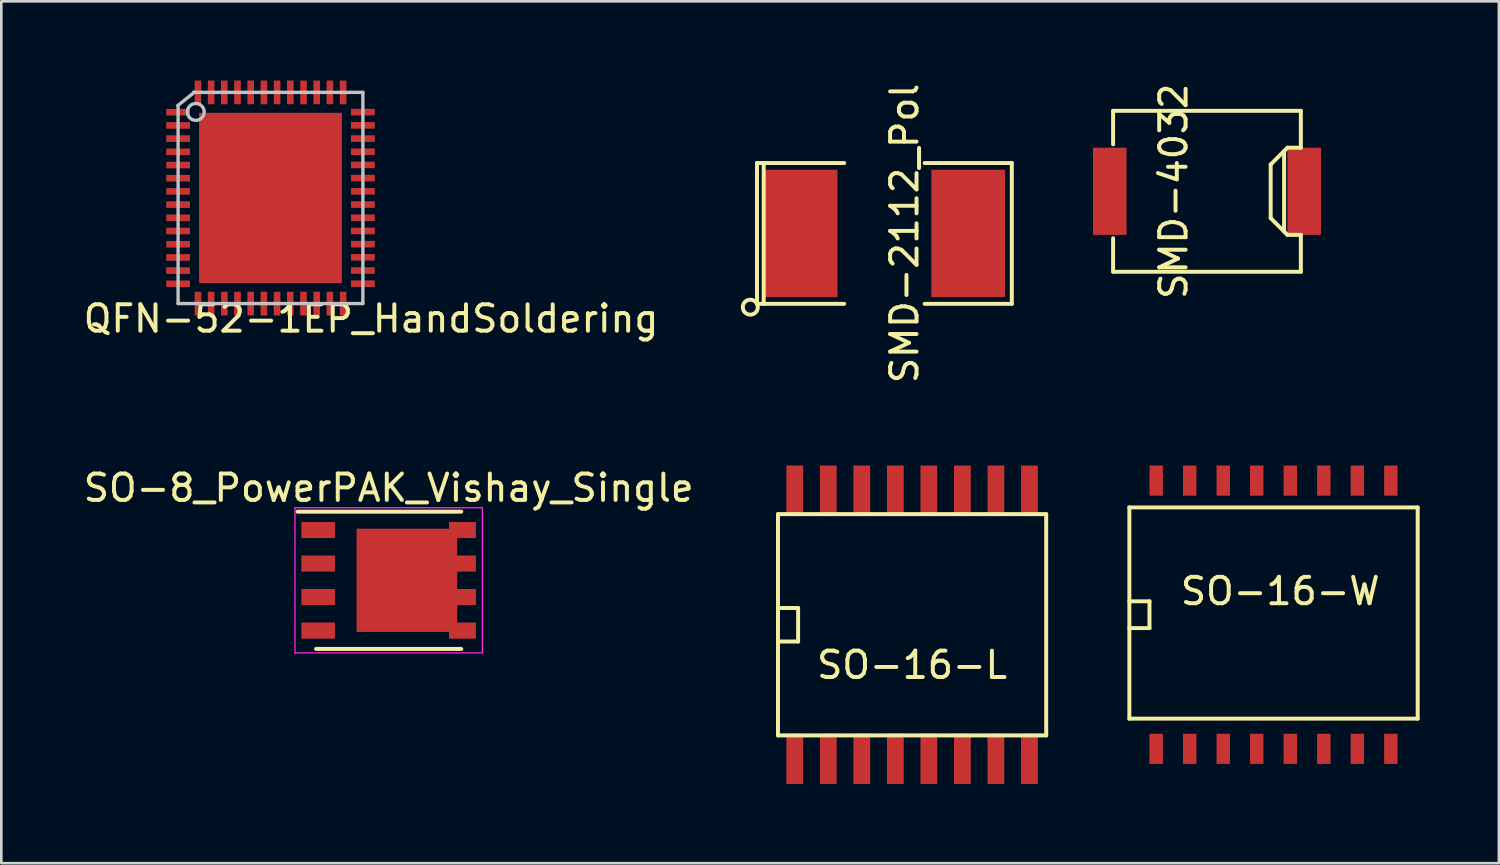
<source format=kicad_pcb>
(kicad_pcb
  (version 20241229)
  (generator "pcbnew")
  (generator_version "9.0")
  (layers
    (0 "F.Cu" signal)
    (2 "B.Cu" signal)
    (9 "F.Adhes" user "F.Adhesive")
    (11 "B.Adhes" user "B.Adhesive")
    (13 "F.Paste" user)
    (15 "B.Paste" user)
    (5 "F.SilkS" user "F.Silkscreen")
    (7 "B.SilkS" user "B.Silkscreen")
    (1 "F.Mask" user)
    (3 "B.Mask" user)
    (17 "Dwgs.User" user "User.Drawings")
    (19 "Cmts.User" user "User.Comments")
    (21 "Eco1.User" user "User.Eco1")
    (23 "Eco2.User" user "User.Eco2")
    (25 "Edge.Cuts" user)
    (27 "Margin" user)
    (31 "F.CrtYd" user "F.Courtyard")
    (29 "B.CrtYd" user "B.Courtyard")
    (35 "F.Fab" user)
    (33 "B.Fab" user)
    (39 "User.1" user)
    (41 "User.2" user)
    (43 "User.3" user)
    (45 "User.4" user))
  (footprint "SO-16-L"
    (layer "F.Cu")
    (at 31.5 20.616)
    (property "Reference" "SO-16-L" (at 0 1.524 0) (layer "F.SilkS") (effects (font (size 1 1) (thickness 0.15))))
    (attr smd)
    (fp_line (start -5.08 -4.191) (end 5.08 -4.191) (stroke (width 0.15) (type solid)) (layer "F.SilkS"))
    (fp_line (start -5.08 -0.635) (end -4.318 -0.635) (stroke (width 0.15) (type solid)) (layer "F.SilkS"))
    (fp_line (start -5.08 4.191) (end -5.08 -4.191) (stroke (width 0.15) (type solid)) (layer "F.SilkS"))
    (fp_line (start -4.318 -0.635) (end -4.318 0.635) (stroke (width 0.15) (type solid)) (layer "F.SilkS"))
    (fp_line (start -4.318 0.635) (end -5.08 0.635) (stroke (width 0.15) (type solid)) (layer "F.SilkS"))
    (fp_line (start 5.08 -4.191) (end 5.08 4.191) (stroke (width 0.15) (type solid)) (layer "F.SilkS"))
    (fp_line (start 5.08 4.191) (end -5.08 4.191) (stroke (width 0.15) (type solid)) (layer "F.SilkS"))
    (pad "1" smd rect (at -4.445 5.08) (size 0.635 1.905) (layers "F.Cu" "F.Mask" "F.Paste"))
    (pad "2" smd rect (at -3.175 5.08) (size 0.635 1.905) (layers "F.Cu" "F.Mask" "F.Paste"))
    (pad "3" smd rect (at -1.905 5.08) (size 0.635 1.905) (layers "F.Cu" "F.Mask" "F.Paste"))
    (pad "4" smd rect (at -0.635 5.08) (size 0.635 1.905) (layers "F.Cu" "F.Mask" "F.Paste"))
    (pad "5" smd rect (at 0.635 5.08) (size 0.635 1.905) (layers "F.Cu" "F.Mask" "F.Paste"))
    (pad "6" smd rect (at 1.905 5.08) (size 0.635 1.905) (layers "F.Cu" "F.Mask" "F.Paste"))
    (pad "7" smd rect (at 3.175 5.08) (size 0.635 1.905) (layers "F.Cu" "F.Mask" "F.Paste"))
    (pad "8" smd rect (at 4.445 5.08) (size 0.635 1.905) (layers "F.Cu" "F.Mask" "F.Paste"))
    (pad "9" smd rect (at 4.445 -5.08) (size 0.635 1.905) (layers "F.Cu" "F.Mask" "F.Paste"))
    (pad "10" smd rect (at 3.175 -5.08) (size 0.635 1.905) (layers "F.Cu" "F.Mask" "F.Paste"))
    (pad "11" smd rect (at 1.905 -5.08) (size 0.635 1.905) (layers "F.Cu" "F.Mask" "F.Paste"))
    (pad "12" smd rect (at 0.635 -5.08) (size 0.635 1.905) (layers "F.Cu" "F.Mask" "F.Paste"))
    (pad "13" smd rect (at -0.635 -5.08) (size 0.635 1.905) (layers "F.Cu" "F.Mask" "F.Paste"))
    (pad "14" smd rect (at -1.905 -5.08) (size 0.635 1.905) (layers "F.Cu" "F.Mask" "F.Paste"))
    (pad "15" smd rect (at -3.175 -5.08) (size 0.635 1.905) (layers "F.Cu" "F.Mask" "F.Paste"))
    (pad "16" smd rect (at -4.445 -5.08) (size 0.635 1.905) (layers "F.Cu" "F.Mask" "F.Paste")))
  (footprint "SO-8_PowerPAK_Vishay_Single"
    (layer "F.Cu")
    (at 11.673 18.932)
    (property "Reference" "SO-8_PowerPAK_Vishay_Single" (at 0 -3.5 0) (layer "F.SilkS") (effects (font (size 1 1) (thickness 0.15))))
    (attr smd)
    (fp_line (start -3.45 -2.6) (end 2.75 -2.6) (stroke (width 0.15) (type solid)) (layer "F.SilkS"))
    (fp_line (start -2.75 2.6) (end 2.75 2.6) (stroke (width 0.15) (type solid)) (layer "F.SilkS"))
    (fp_line (start -3.55 -2.75) (end -3.55 2.75) (stroke (width 0.05) (type solid)) (layer "F.CrtYd"))
    (fp_line (start -3.55 -2.75) (end 3.55 -2.75) (stroke (width 0.05) (type solid)) (layer "F.CrtYd"))
    (fp_line (start -3.55 2.75) (end 3.55 2.75) (stroke (width 0.05) (type solid)) (layer "F.CrtYd"))
    (fp_line (start 3.55 -2.75) (end 3.55 2.75) (stroke (width 0.05) (type solid)) (layer "F.CrtYd"))
    (pad "1" smd rect (at -2.67 -1.905) (size 1.27 0.61) (layers "F.Cu" "F.Mask" "F.Paste"))
    (pad "2" smd rect (at -2.67 -0.635) (size 1.27 0.61) (layers "F.Cu" "F.Mask" "F.Paste"))
    (pad "3" smd rect (at -2.67 0.635) (size 1.27 0.61) (layers "F.Cu" "F.Mask" "F.Paste"))
    (pad "4" smd rect (at -2.67 1.905) (size 1.27 0.61) (layers "F.Cu" "F.Mask" "F.Paste"))
    (pad "5" smd rect (at 0.69 0) (size 3.81 3.91) (layers "F.Cu" "F.Mask" "F.Paste"))
    (pad "5" smd rect (at 2.795 -1.905) (size 1.02 0.61) (layers "F.Cu" "F.Mask" "F.Paste"))
    (pad "5" smd rect (at 2.795 -0.635) (size 1.02 0.61) (layers "F.Cu" "F.Mask" "F.Paste"))
    (pad "5" smd rect (at 2.795 0.635) (size 1.02 0.61) (layers "F.Cu" "F.Mask" "F.Paste"))
    (pad "5" smd rect (at 2.795 1.905) (size 1.02 0.61) (layers "F.Cu" "F.Mask" "F.Paste")))
  (footprint "QFN-52-1EP_HandSoldering"
    (layer "F.Cu")
    (at 7.196 4.449)
    (property "Reference" "QFN-52-1EP_HandSoldering" (at 3.81 4.572 0) (layer "F.SilkS") (effects (font (size 1 1) (thickness 0.15))))
    (attr smd)
    (fp_line (start -3.5 4) (end -3.5 -3.5) (stroke (width 0.127) (type solid)) (layer "Dwgs.User"))
    (fp_line (start -2.921 -4) (end 3.5 -4) (stroke (width 0.127) (type solid)) (layer "Dwgs.User"))
    (fp_line (start -2.875 -4.01) (end -3.51 -3.502) (stroke (width 0.127) (type solid)) (layer "Dwgs.User"))
    (fp_line (start 3.5 -4) (end 3.5 4) (stroke (width 0.127) (type solid)) (layer "Dwgs.User"))
    (fp_line (start 3.5 4) (end -3.5 4) (stroke (width 0.127) (type solid)) (layer "Dwgs.User"))
    (fp_circle (center -2.83 -3.259) (end -2.932 -3.561) (stroke (width 0.127) (type solid)) (fill no) (layer "Dwgs.User"))
    (pad "1" smd rect (at -3.499 -3.248) (size 0.9 0.25) (layers "F.Cu" "F.Mask" "F.Paste"))
    (pad "2" smd rect (at -3.499 -2.748) (size 0.9 0.25) (layers "F.Cu" "F.Mask" "F.Paste"))
    (pad "3" smd rect (at -3.499 -2.248) (size 0.9 0.25) (layers "F.Cu" "F.Mask" "F.Paste"))
    (pad "4" smd rect (at -3.499 -1.748) (size 0.9 0.25) (layers "F.Cu" "F.Mask" "F.Paste"))
    (pad "5" smd rect (at -3.499 -1.247) (size 0.9 0.25) (layers "F.Cu" "F.Mask" "F.Paste"))
    (pad "6" smd rect (at -3.499 -0.749) (size 0.9 0.25) (layers "F.Cu" "F.Mask" "F.Paste"))
    (pad "7" smd rect (at -3.499 -0.249) (size 0.9 0.25) (layers "F.Cu" "F.Mask" "F.Paste"))
    (pad "8" smd rect (at -3.499 0.251) (size 0.9 0.25) (layers "F.Cu" "F.Mask" "F.Paste"))
    (pad "9" smd rect (at -3.499 0.752) (size 0.9 0.25) (layers "F.Cu" "F.Mask" "F.Paste"))
    (pad "10" smd rect (at -3.499 1.252) (size 0.9 0.25) (layers "F.Cu" "F.Mask" "F.Paste"))
    (pad "11" smd rect (at -3.499 1.753) (size 0.9 0.25) (layers "F.Cu" "F.Mask" "F.Paste"))
    (pad "12" smd rect (at -3.499 2.253) (size 0.9 0.25) (layers "F.Cu" "F.Mask" "F.Paste"))
    (pad "13" smd rect (at -3.499 2.751) (size 0.9 0.25) (layers "F.Cu" "F.Mask" "F.Paste"))
    (pad "14" smd rect (at -3.499 3.251) (size 0.9 0.25) (layers "F.Cu" "F.Mask" "F.Paste"))
    (pad "15" smd rect (at -2.748 4.001 90) (size 0.9 0.25) (layers "F.Cu" "F.Mask" "F.Paste"))
    (pad "16" smd rect (at -2.248 4.001 90) (size 0.9 0.25) (layers "F.Cu" "F.Mask" "F.Paste"))
    (pad "17" smd rect (at -1.748 4.001 90) (size 0.9 0.25) (layers "F.Cu" "F.Mask" "F.Paste"))
    (pad "18" smd rect (at -1.25 4.001 90) (size 0.9 0.25) (layers "F.Cu" "F.Mask" "F.Paste"))
    (pad "19" smd rect (at -0.749 4.001 90) (size 0.9 0.25) (layers "F.Cu" "F.Mask" "F.Paste"))
    (pad "20" smd rect (at -0.251 4.001 90) (size 0.9 0.25) (layers "F.Cu" "F.Mask" "F.Paste"))
    (pad "21" smd rect (at 0.249 4.001 90) (size 0.9 0.25) (layers "F.Cu" "F.Mask" "F.Paste"))
    (pad "22" smd rect (at 0.749 4.001 90) (size 0.9 0.25) (layers "F.Cu" "F.Mask" "F.Paste"))
    (pad "23" smd rect (at 1.25 4.001 90) (size 0.9 0.25) (layers "F.Cu" "F.Mask" "F.Paste"))
    (pad "24" smd rect (at 1.75 4.001 90) (size 0.9 0.25) (layers "F.Cu" "F.Mask" "F.Paste"))
    (pad "25" smd rect (at 2.25 4.001 90) (size 0.9 0.25) (layers "F.Cu" "F.Mask" "F.Paste"))
    (pad "26" smd rect (at 2.751 4.001 90) (size 0.9 0.25) (layers "F.Cu" "F.Mask" "F.Paste"))
    (pad "27" smd rect (at 3.499 3.248) (size 0.9 0.25) (layers "F.Cu" "F.Mask" "F.Paste"))
    (pad "28" smd rect (at 3.499 2.748) (size 0.9 0.25) (layers "F.Cu" "F.Mask" "F.Paste"))
    (pad "29" smd rect (at 3.501 2.248) (size 0.9 0.25) (layers "F.Cu" "F.Mask" "F.Paste"))
    (pad "30" smd rect (at 3.501 1.75) (size 0.9 0.25) (layers "F.Cu" "F.Mask" "F.Paste"))
    (pad "31" smd rect (at 3.501 1.25) (size 0.9 0.25) (layers "F.Cu" "F.Mask" "F.Paste"))
    (pad "32" smd rect (at 3.501 0.749) (size 0.9 0.25) (layers "F.Cu" "F.Mask" "F.Paste"))
    (pad "33" smd rect (at 3.501 0.249) (size 0.9 0.25) (layers "F.Cu" "F.Mask" "F.Paste"))
    (pad "34" smd rect (at 3.501 -0.251) (size 0.9 0.25) (layers "F.Cu" "F.Mask" "F.Paste"))
    (pad "35" smd rect (at 3.501 -0.752) (size 0.9 0.25) (layers "F.Cu" "F.Mask" "F.Paste"))
    (pad "36" smd rect (at 3.499 -1.252) (size 0.9 0.25) (layers "F.Cu" "F.Mask" "F.Paste"))
    (pad "37" smd rect (at 3.499 -1.75) (size 0.9 0.25) (layers "F.Cu" "F.Mask" "F.Paste"))
    (pad "38" smd rect (at 3.499 -2.25) (size 0.9 0.25) (layers "F.Cu" "F.Mask" "F.Paste"))
    (pad "39" smd rect (at 3.499 -2.751) (size 0.9 0.25) (layers "F.Cu" "F.Mask" "F.Paste"))
    (pad "40" smd rect (at 3.499 -3.251) (size 0.9 0.25) (layers "F.Cu" "F.Mask" "F.Paste"))
    (pad "41" smd rect (at 2.751 -3.999 90) (size 0.9 0.25) (layers "F.Cu" "F.Mask" "F.Paste"))
    (pad "42" smd rect (at 2.25 -3.999 90) (size 0.9 0.25) (layers "F.Cu" "F.Mask" "F.Paste"))
    (pad "43" smd rect (at 1.75 -3.999 90) (size 0.9 0.25) (layers "F.Cu" "F.Mask" "F.Paste"))
    (pad "44" smd rect (at 1.252 -3.999 90) (size 0.9 0.25) (layers "F.Cu" "F.Mask" "F.Paste"))
    (pad "45" smd rect (at 0.752 -3.999 90) (size 0.9 0.25) (layers "F.Cu" "F.Mask" "F.Paste"))
    (pad "46" smd rect (at 0.251 -3.999 90) (size 0.9 0.25) (layers "F.Cu" "F.Mask" "F.Paste"))
    (pad "47" smd rect (at -0.249 -3.999 90) (size 0.9 0.25) (layers "F.Cu" "F.Mask" "F.Paste"))
    (pad "48" smd rect (at -0.749 -3.999 90) (size 0.9 0.25) (layers "F.Cu" "F.Mask" "F.Paste"))
    (pad "49" smd rect (at -1.25 -3.999 90) (size 0.9 0.25) (layers "F.Cu" "F.Mask" "F.Paste"))
    (pad "50" smd rect (at -1.75 -3.999 90) (size 0.9 0.25) (layers "F.Cu" "F.Mask" "F.Paste"))
    (pad "51" smd rect (at -2.248 -3.999 90) (size 0.9 0.25) (layers "F.Cu" "F.Mask" "F.Paste"))
    (pad "52" smd rect (at -2.748 -3.999 90) (size 0.9 0.25) (layers "F.Cu" "F.Mask" "F.Paste"))
    (pad "53" smd trapezoid (at 0 0) (size 5.41 6.45) (layers "F.Cu" "F.Mask" "F.Paste")))
  (footprint "SO-16-W"
    (layer "F.Cu")
    (at 45.191 20.235)
    (property "Reference" "SO-16-W" (at 0.254 -0.889 0) (layer "F.SilkS") (effects (font (size 1 1) (thickness 0.15))))
    (attr smd)
    (fp_line (start -5.461 -4.064) (end 5.461 -4.064) (stroke (width 0.15) (type solid)) (layer "F.SilkS"))
    (fp_line (start -5.461 -0.508) (end -4.699 -0.508) (stroke (width 0.15) (type solid)) (layer "F.SilkS"))
    (fp_line (start -5.461 3.937) (end -5.461 -4.064) (stroke (width 0.15) (type solid)) (layer "F.SilkS"))
    (fp_line (start -4.699 -0.508) (end -4.699 0.508) (stroke (width 0.15) (type solid)) (layer "F.SilkS"))
    (fp_line (start -4.699 0.508) (end -5.461 0.508) (stroke (width 0.15) (type solid)) (layer "F.SilkS"))
    (fp_line (start 5.461 -4.064) (end 5.461 3.937) (stroke (width 0.15) (type solid)) (layer "F.SilkS"))
    (fp_line (start 5.461 3.937) (end -5.461 3.937) (stroke (width 0.15) (type solid)) (layer "F.SilkS"))
    (pad "1" smd rect (at -4.445 5.08) (size 0.508 1.143) (layers "F.Cu" "F.Mask" "F.Paste"))
    (pad "2" smd rect (at -3.175 5.08) (size 0.508 1.143) (layers "F.Cu" "F.Mask" "F.Paste"))
    (pad "3" smd rect (at -1.905 5.08) (size 0.508 1.143) (layers "F.Cu" "F.Mask" "F.Paste"))
    (pad "4" smd rect (at -0.635 5.08) (size 0.508 1.143) (layers "F.Cu" "F.Mask" "F.Paste"))
    (pad "5" smd rect (at 0.635 5.08) (size 0.508 1.143) (layers "F.Cu" "F.Mask" "F.Paste"))
    (pad "6" smd rect (at 1.905 5.08) (size 0.508 1.143) (layers "F.Cu" "F.Mask" "F.Paste"))
    (pad "7" smd rect (at 3.175 5.08) (size 0.508 1.143) (layers "F.Cu" "F.Mask" "F.Paste"))
    (pad "8" smd rect (at 4.445 5.08) (size 0.508 1.143) (layers "F.Cu" "F.Mask" "F.Paste"))
    (pad "9" smd rect (at 4.445 -5.08) (size 0.508 1.143) (layers "F.Cu" "F.Mask" "F.Paste"))
    (pad "10" smd rect (at 3.175 -5.08) (size 0.508 1.143) (layers "F.Cu" "F.Mask" "F.Paste"))
    (pad "11" smd rect (at 1.905 -5.08) (size 0.508 1.143) (layers "F.Cu" "F.Mask" "F.Paste"))
    (pad "12" smd rect (at 0.635 -5.08) (size 0.508 1.143) (layers "F.Cu" "F.Mask" "F.Paste"))
    (pad "13" smd rect (at -0.635 -5.08) (size 0.508 1.143) (layers "F.Cu" "F.Mask" "F.Paste"))
    (pad "14" smd rect (at -1.905 -5.08) (size 0.508 1.143) (layers "F.Cu" "F.Mask" "F.Paste"))
    (pad "15" smd rect (at -3.175 -5.08) (size 0.508 1.143) (layers "F.Cu" "F.Mask" "F.Paste"))
    (pad "16" smd rect (at -4.445 -5.08) (size 0.508 1.143) (layers "F.Cu" "F.Mask" "F.Paste")))
  (footprint "SMD-4032"
    (layer "F.Cu")
    (at 42.67 4.196)
    (property "Reference" "SMD-4032" (at -1.265 0 90) (layer "F.SilkS") (effects (font (size 1 1) (thickness 0.15))))
    (attr smd)
    (fp_line (start -3.556 -3.048) (end -3.556 -1.778) (stroke (width 0.15) (type solid)) (layer "F.SilkS"))
    (fp_line (start -3.556 -3.048) (end 3.556 -3.048) (stroke (width 0.15) (type solid)) (layer "F.SilkS"))
    (fp_line (start -3.556 3.048) (end -3.556 1.778) (stroke (width 0.15) (type solid)) (layer "F.SilkS"))
    (fp_line (start 2.413 1.016) (end 2.413 -1.016) (stroke (width 0.15) (type solid)) (layer "F.SilkS"))
    (fp_line (start 2.921 -1.524) (end 2.921 1.524) (stroke (width 0.15) (type solid)) (layer "F.SilkS"))
    (fp_line (start 3.048 -1.651) (end 2.413 -1.016) (stroke (width 0.15) (type solid)) (layer "F.SilkS"))
    (fp_line (start 3.048 1.651) (end 2.413 1.016) (stroke (width 0.15) (type solid)) (layer "F.SilkS"))
    (fp_line (start 3.556 -1.651) (end 3.048 -1.651) (stroke (width 0.15) (type solid)) (layer "F.SilkS"))
    (fp_line (start 3.556 -1.651) (end 3.556 -3.048) (stroke (width 0.15) (type solid)) (layer "F.SilkS"))
    (fp_line (start 3.556 1.651) (end 3.048 1.651) (stroke (width 0.15) (type solid)) (layer "F.SilkS"))
    (fp_line (start 3.556 3.048) (end -3.556 3.048) (stroke (width 0.15) (type solid)) (layer "F.SilkS"))
    (fp_line (start 3.556 3.048) (end 3.556 1.651) (stroke (width 0.15) (type solid)) (layer "F.SilkS"))
    (pad "1" smd rect (at -3.683 0) (size 1.27 3.302) (layers "F.Cu" "F.Mask" "F.Paste"))
    (pad "2" smd rect (at 3.683 0) (size 1.27 3.302) (layers "F.Cu" "F.Mask" "F.Paste")))
  (footprint "SMD-2112_Pol"
    (layer "F.Cu")
    (at 30.451 5.792)
    (property "Reference" "SMD-2112_Pol" (at 0.762 0 90) (layer "F.SilkS") (effects (font (size 1 1) (thickness 0.15))))
    (attr smd)
    (fp_line (start -4.826 -2.667) (end -4.826 2.667) (stroke (width 0.15) (type solid)) (layer "F.SilkS"))
    (fp_line (start -4.572 -2.667) (end -4.572 2.667) (stroke (width 0.15) (type solid)) (layer "F.SilkS"))
    (fp_line (start -1.524 -2.667) (end -4.826 -2.667) (stroke (width 0.15) (type solid)) (layer "F.SilkS"))
    (fp_line (start -1.524 2.667) (end -4.826 2.667) (stroke (width 0.15) (type solid)) (layer "F.SilkS"))
    (fp_line (start 1.524 -2.667) (end 4.826 -2.667) (stroke (width 0.15) (type solid)) (layer "F.SilkS"))
    (fp_line (start 4.826 -2.667) (end 4.826 2.667) (stroke (width 0.15) (type solid)) (layer "F.SilkS"))
    (fp_line (start 4.826 2.667) (end 1.524 2.667) (stroke (width 0.15) (type solid)) (layer "F.SilkS"))
    (fp_circle (center -5.08 2.794) (end -4.826 2.667) (stroke (width 0.15) (type solid)) (fill no) (layer "F.SilkS"))
    (pad "1" smd rect (at -3.175 0) (size 2.794 4.826) (layers "F.Cu" "F.Mask" "F.Paste"))
    (pad "2" smd rect (at 3.175 0) (size 2.794 4.826) (layers "F.Cu" "F.Mask" "F.Paste")))
  (gr_rect
    (start -3 -3)
    (end 53.727 29.648)
    (stroke (width 0.1) (type default))
    (fill no)
    (layer "Edge.Cuts")))
</source>
